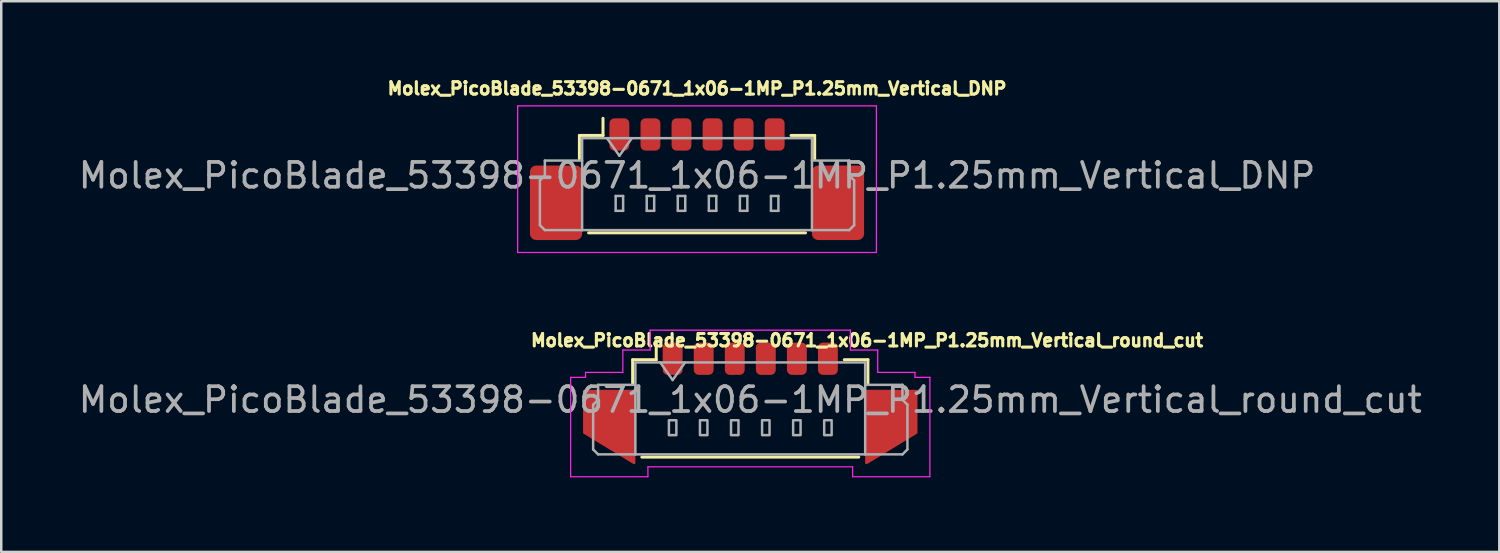
<source format=kicad_pcb>
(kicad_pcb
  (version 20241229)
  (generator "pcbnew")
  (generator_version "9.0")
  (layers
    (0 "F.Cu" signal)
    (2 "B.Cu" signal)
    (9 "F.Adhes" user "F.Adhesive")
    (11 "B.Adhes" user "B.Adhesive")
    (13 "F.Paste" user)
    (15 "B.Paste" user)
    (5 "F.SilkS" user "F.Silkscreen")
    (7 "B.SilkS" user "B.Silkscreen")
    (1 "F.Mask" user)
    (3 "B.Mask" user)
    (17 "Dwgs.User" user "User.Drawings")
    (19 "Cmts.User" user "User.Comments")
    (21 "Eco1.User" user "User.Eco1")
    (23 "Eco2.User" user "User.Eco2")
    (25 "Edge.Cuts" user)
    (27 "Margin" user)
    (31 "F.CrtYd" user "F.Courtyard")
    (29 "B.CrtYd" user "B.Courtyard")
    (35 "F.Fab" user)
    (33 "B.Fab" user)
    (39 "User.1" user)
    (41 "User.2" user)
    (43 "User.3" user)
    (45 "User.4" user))
  (footprint "Molex_PicoBlade_53398-0671_1x06-1MP_P1.25mm_Vertical_round_cut"
    (layer "F.Cu")
    (at 27.149 12.639)
    (property "Reference" "Molex_PicoBlade_53398-0671_1x06-1MP_P1.25mm_Vertical_round_cut" (at 4.699 -1.99 0) (layer "F.SilkS") (effects (font (size 0.5 0.5) (thickness 0.125))))
    (attr smd)
    (fp_poly (pts (xy -6.68 0.051) (xy -6.68 1.727) (xy -4.674 2.946) (xy -4.674 0.051)) (stroke (width 0.1) (type solid)) (fill yes) (layer "F.Cu"))
    (fp_poly (pts (xy 6.68 0.051) (xy 6.68 1.727) (xy 4.674 2.946) (xy 4.674 0.051)) (stroke (width 0.1) (type solid)) (fill yes) (layer "F.Cu"))
    (fp_line (start -4.735 -1.21) (end -3.785 -1.21) (stroke (width 0.12) (type solid)) (layer "F.SilkS"))
    (fp_line (start -4.735 -0.26) (end -4.735 -1.21) (stroke (width 0.12) (type solid)) (layer "F.SilkS"))
    (fp_line (start -4.365 2.71) (end 4.365 2.71) (stroke (width 0.12) (type solid)) (layer "F.SilkS"))
    (fp_line (start -3.785 -1.21) (end -3.785 -1.9) (stroke (width 0.12) (type solid)) (layer "F.SilkS"))
    (fp_line (start 4.735 -1.21) (end 3.785 -1.21) (stroke (width 0.12) (type solid)) (layer "F.SilkS"))
    (fp_line (start 4.735 -0.26) (end 4.735 -1.21) (stroke (width 0.12) (type solid)) (layer "F.SilkS"))
    (fp_line (start -7.23 -0.5) (end -6.63 -0.5) (stroke (width 0.05) (type solid)) (layer "F.CrtYd"))
    (fp_line (start -7.23 3.5) (end -7.23 -0.5) (stroke (width 0.05) (type solid)) (layer "F.CrtYd"))
    (fp_line (start -6.63 -0.7) (end -5.13 -0.7) (stroke (width 0.05) (type solid)) (layer "F.CrtYd"))
    (fp_line (start -6.63 -0.5) (end -6.63 -0.7) (stroke (width 0.05) (type solid)) (layer "F.CrtYd"))
    (fp_line (start -5.13 -1.6) (end -4.03 -1.6) (stroke (width 0.05) (type solid)) (layer "F.CrtYd"))
    (fp_line (start -5.13 -0.7) (end -5.13 -1.6) (stroke (width 0.05) (type solid)) (layer "F.CrtYd"))
    (fp_line (start -4.12 3.1) (end -4.12 3.5) (stroke (width 0.05) (type solid)) (layer "F.CrtYd"))
    (fp_line (start -4.12 3.5) (end -7.23 3.5) (stroke (width 0.05) (type solid)) (layer "F.CrtYd"))
    (fp_line (start -4.03 -2.4) (end 4.03 -2.4) (stroke (width 0.05) (type solid)) (layer "F.CrtYd"))
    (fp_line (start -4.03 -1.6) (end -4.03 -2.4) (stroke (width 0.05) (type solid)) (layer "F.CrtYd"))
    (fp_line (start 4.03 -2.4) (end 4.03 -1.6) (stroke (width 0.05) (type solid)) (layer "F.CrtYd"))
    (fp_line (start 4.03 -1.6) (end 5.13 -1.6) (stroke (width 0.05) (type solid)) (layer "F.CrtYd"))
    (fp_line (start 4.12 3.1) (end -4.12 3.1) (stroke (width 0.05) (type solid)) (layer "F.CrtYd"))
    (fp_line (start 4.12 3.5) (end 4.12 3.1) (stroke (width 0.05) (type solid)) (layer "F.CrtYd"))
    (fp_line (start 5.13 -1.6) (end 5.13 -0.7) (stroke (width 0.05) (type solid)) (layer "F.CrtYd"))
    (fp_line (start 5.13 -0.7) (end 6.63 -0.7) (stroke (width 0.05) (type solid)) (layer "F.CrtYd"))
    (fp_line (start 6.63 -0.7) (end 6.63 -0.5) (stroke (width 0.05) (type solid)) (layer "F.CrtYd"))
    (fp_line (start 6.63 -0.5) (end 7.23 -0.5) (stroke (width 0.05) (type solid)) (layer "F.CrtYd"))
    (fp_line (start 7.23 -0.5) (end 7.23 3.5) (stroke (width 0.05) (type solid)) (layer "F.CrtYd"))
    (fp_line (start 7.23 3.5) (end 4.12 3.5) (stroke (width 0.05) (type solid)) (layer "F.CrtYd"))
    (fp_line (start -6.325 0.6) (end -6.125 0.4) (stroke (width 0.1) (type solid)) (layer "F.Fab"))
    (fp_line (start -6.325 2.4) (end -6.325 0.6) (stroke (width 0.1) (type solid)) (layer "F.Fab"))
    (fp_line (start -6.125 -0.2) (end -4.625 -0.2) (stroke (width 0.1) (type solid)) (layer "F.Fab"))
    (fp_line (start -6.125 0.4) (end -6.125 -0.2) (stroke (width 0.1) (type solid)) (layer "F.Fab"))
    (fp_line (start -6.125 2.6) (end -6.325 2.4) (stroke (width 0.1) (type solid)) (layer "F.Fab"))
    (fp_line (start -4.625 -1.1) (end -4.625 2.6) (stroke (width 0.1) (type solid)) (layer "F.Fab"))
    (fp_line (start -4.625 -1.1) (end 4.625 -1.1) (stroke (width 0.1) (type solid)) (layer "F.Fab"))
    (fp_line (start -4.625 2.6) (end -6.125 2.6) (stroke (width 0.1) (type solid)) (layer "F.Fab"))
    (fp_line (start -4.625 2.6) (end 4.625 2.6) (stroke (width 0.1) (type solid)) (layer "F.Fab"))
    (fp_line (start -3.625 -1.1) (end -3.125 -0.393) (stroke (width 0.1) (type solid)) (layer "F.Fab"))
    (fp_line (start -3.125 -0.393) (end -2.625 -1.1) (stroke (width 0.1) (type solid)) (layer "F.Fab"))
    (fp_line (start 4.625 -1.1) (end 4.625 2.6) (stroke (width 0.1) (type solid)) (layer "F.Fab"))
    (fp_line (start 4.625 2.6) (end 6.125 2.6) (stroke (width 0.1) (type solid)) (layer "F.Fab"))
    (fp_line (start 6.125 -0.2) (end 4.625 -0.2) (stroke (width 0.1) (type solid)) (layer "F.Fab"))
    (fp_line (start 6.125 0.4) (end 6.125 -0.2) (stroke (width 0.1) (type solid)) (layer "F.Fab"))
    (fp_line (start 6.125 2.6) (end 6.325 2.4) (stroke (width 0.1) (type solid)) (layer "F.Fab"))
    (fp_line (start 6.325 0.6) (end 6.125 0.4) (stroke (width 0.1) (type solid)) (layer "F.Fab"))
    (fp_line (start 6.325 2.4) (end 6.325 0.6) (stroke (width 0.1) (type solid)) (layer "F.Fab"))
    (fp_rect (start -3.275 1.225) (end -2.975 1.825) (stroke (width 0.1) (type solid)) (fill no) (layer "F.Fab"))
    (fp_rect (start -2.025 1.225) (end -1.725 1.825) (stroke (width 0.1) (type solid)) (fill no) (layer "F.Fab"))
    (fp_rect (start -0.775 1.225) (end -0.475 1.825) (stroke (width 0.1) (type solid)) (fill no) (layer "F.Fab"))
    (fp_rect (start 0.475 1.225) (end 0.775 1.825) (stroke (width 0.1) (type solid)) (fill no) (layer "F.Fab"))
    (fp_rect (start 1.725 1.225) (end 2.025 1.825) (stroke (width 0.1) (type solid)) (fill no) (layer "F.Fab"))
    (fp_rect (start 2.975 1.225) (end 3.275 1.825) (stroke (width 0.1) (type solid)) (fill no) (layer "F.Fab"))
    (fp_text user "${REFERENCE}" (at 0 0.4 0) (layer "F.Fab") (effects (font (size 1 1) (thickness 0.15))))
    (pad "1" smd roundrect (at -3.125 -1.25) (size 0.8 1.3) (layers "F.Cu" "F.Mask" "F.Paste") (roundrect_rratio 0.25))
    (pad "2" smd roundrect (at -1.875 -1.25) (size 0.8 1.3) (layers "F.Cu" "F.Mask" "F.Paste") (roundrect_rratio 0.25))
    (pad "3" smd roundrect (at -0.625 -1.25) (size 0.8 1.3) (layers "F.Cu" "F.Mask" "F.Paste") (roundrect_rratio 0.25))
    (pad "4" smd roundrect (at 0.625 -1.25) (size 0.8 1.3) (layers "F.Cu" "F.Mask" "F.Paste") (roundrect_rratio 0.25))
    (pad "5" smd roundrect (at 1.875 -1.25) (size 0.8 1.3) (layers "F.Cu" "F.Mask" "F.Paste") (roundrect_rratio 0.25))
    (pad "6" smd roundrect (at 3.125 -1.25) (size 0.8 1.3) (layers "F.Cu" "F.Mask" "F.Paste") (roundrect_rratio 0.25)))
  (footprint "Molex_PicoBlade_53398-0671_1x06-1MP_P1.25mm_Vertical_DNP"
    (layer "F.Cu")
    (at 25.006 3.612)
    (property "Reference" "Molex_PicoBlade_53398-0671_1x06-1MP_P1.25mm_Vertical_DNP" (at 0 -3.1 180) (layer "F.SilkS") (effects (font (size 0.5 0.5) (thickness 0.125))))
    (attr smd exclude_from_pos_files exclude_from_bom)
    (fp_line (start -4.735 -1.21) (end -3.785 -1.21) (stroke (width 0.12) (type solid)) (layer "F.SilkS"))
    (fp_line (start -4.735 -0.26) (end -4.735 -1.21) (stroke (width 0.12) (type solid)) (layer "F.SilkS"))
    (fp_line (start -4.365 2.71) (end 4.365 2.71) (stroke (width 0.12) (type solid)) (layer "F.SilkS"))
    (fp_line (start -3.785 -1.21) (end -3.785 -1.9) (stroke (width 0.12) (type solid)) (layer "F.SilkS"))
    (fp_line (start 4.735 -1.21) (end 3.785 -1.21) (stroke (width 0.12) (type solid)) (layer "F.SilkS"))
    (fp_line (start 4.735 -0.26) (end 4.735 -1.21) (stroke (width 0.12) (type solid)) (layer "F.SilkS"))
    (fp_line (start -7.22 -2.4) (end -7.22 3.5) (stroke (width 0.05) (type solid)) (layer "F.CrtYd"))
    (fp_line (start -7.22 3.5) (end 7.22 3.5) (stroke (width 0.05) (type solid)) (layer "F.CrtYd"))
    (fp_line (start 7.22 -2.4) (end -7.22 -2.4) (stroke (width 0.05) (type solid)) (layer "F.CrtYd"))
    (fp_line (start 7.22 3.5) (end 7.22 -2.4) (stroke (width 0.05) (type solid)) (layer "F.CrtYd"))
    (fp_line (start -6.325 0.6) (end -6.125 0.4) (stroke (width 0.1) (type solid)) (layer "F.Fab"))
    (fp_line (start -6.325 2.4) (end -6.325 0.6) (stroke (width 0.1) (type solid)) (layer "F.Fab"))
    (fp_line (start -6.125 -0.2) (end -4.625 -0.2) (stroke (width 0.1) (type solid)) (layer "F.Fab"))
    (fp_line (start -6.125 0.4) (end -6.125 -0.2) (stroke (width 0.1) (type solid)) (layer "F.Fab"))
    (fp_line (start -6.125 2.6) (end -6.325 2.4) (stroke (width 0.1) (type solid)) (layer "F.Fab"))
    (fp_line (start -4.625 -1.1) (end -4.625 2.6) (stroke (width 0.1) (type solid)) (layer "F.Fab"))
    (fp_line (start -4.625 -1.1) (end 4.625 -1.1) (stroke (width 0.1) (type solid)) (layer "F.Fab"))
    (fp_line (start -4.625 2.6) (end -6.125 2.6) (stroke (width 0.1) (type solid)) (layer "F.Fab"))
    (fp_line (start -4.625 2.6) (end 4.625 2.6) (stroke (width 0.1) (type solid)) (layer "F.Fab"))
    (fp_line (start -3.625 -1.1) (end -3.125 -0.393) (stroke (width 0.1) (type solid)) (layer "F.Fab"))
    (fp_line (start -3.275 1.225) (end -3.275 1.825) (stroke (width 0.1) (type solid)) (layer "F.Fab"))
    (fp_line (start -3.275 1.825) (end -2.975 1.825) (stroke (width 0.1) (type solid)) (layer "F.Fab"))
    (fp_line (start -3.125 -0.393) (end -2.625 -1.1) (stroke (width 0.1) (type solid)) (layer "F.Fab"))
    (fp_line (start -2.975 1.225) (end -3.275 1.225) (stroke (width 0.1) (type solid)) (layer "F.Fab"))
    (fp_line (start -2.975 1.825) (end -2.975 1.225) (stroke (width 0.1) (type solid)) (layer "F.Fab"))
    (fp_line (start -2.025 1.225) (end -2.025 1.825) (stroke (width 0.1) (type solid)) (layer "F.Fab"))
    (fp_line (start -2.025 1.825) (end -1.725 1.825) (stroke (width 0.1) (type solid)) (layer "F.Fab"))
    (fp_line (start -1.725 1.225) (end -2.025 1.225) (stroke (width 0.1) (type solid)) (layer "F.Fab"))
    (fp_line (start -1.725 1.825) (end -1.725 1.225) (stroke (width 0.1) (type solid)) (layer "F.Fab"))
    (fp_line (start -0.775 1.225) (end -0.775 1.825) (stroke (width 0.1) (type solid)) (layer "F.Fab"))
    (fp_line (start -0.775 1.825) (end -0.475 1.825) (stroke (width 0.1) (type solid)) (layer "F.Fab"))
    (fp_line (start -0.475 1.225) (end -0.775 1.225) (stroke (width 0.1) (type solid)) (layer "F.Fab"))
    (fp_line (start -0.475 1.825) (end -0.475 1.225) (stroke (width 0.1) (type solid)) (layer "F.Fab"))
    (fp_line (start 0.475 1.225) (end 0.475 1.825) (stroke (width 0.1) (type solid)) (layer "F.Fab"))
    (fp_line (start 0.475 1.825) (end 0.775 1.825) (stroke (width 0.1) (type solid)) (layer "F.Fab"))
    (fp_line (start 0.775 1.225) (end 0.475 1.225) (stroke (width 0.1) (type solid)) (layer "F.Fab"))
    (fp_line (start 0.775 1.825) (end 0.775 1.225) (stroke (width 0.1) (type solid)) (layer "F.Fab"))
    (fp_line (start 1.725 1.225) (end 1.725 1.825) (stroke (width 0.1) (type solid)) (layer "F.Fab"))
    (fp_line (start 1.725 1.825) (end 2.025 1.825) (stroke (width 0.1) (type solid)) (layer "F.Fab"))
    (fp_line (start 2.025 1.225) (end 1.725 1.225) (stroke (width 0.1) (type solid)) (layer "F.Fab"))
    (fp_line (start 2.025 1.825) (end 2.025 1.225) (stroke (width 0.1) (type solid)) (layer "F.Fab"))
    (fp_line (start 2.975 1.225) (end 2.975 1.825) (stroke (width 0.1) (type solid)) (layer "F.Fab"))
    (fp_line (start 2.975 1.825) (end 3.275 1.825) (stroke (width 0.1) (type solid)) (layer "F.Fab"))
    (fp_line (start 3.275 1.225) (end 2.975 1.225) (stroke (width 0.1) (type solid)) (layer "F.Fab"))
    (fp_line (start 3.275 1.825) (end 3.275 1.225) (stroke (width 0.1) (type solid)) (layer "F.Fab"))
    (fp_line (start 4.625 -1.1) (end 4.625 2.6) (stroke (width 0.1) (type solid)) (layer "F.Fab"))
    (fp_line (start 4.625 2.6) (end 6.125 2.6) (stroke (width 0.1) (type solid)) (layer "F.Fab"))
    (fp_line (start 6.125 -0.2) (end 4.625 -0.2) (stroke (width 0.1) (type solid)) (layer "F.Fab"))
    (fp_line (start 6.125 0.4) (end 6.125 -0.2) (stroke (width 0.1) (type solid)) (layer "F.Fab"))
    (fp_line (start 6.125 2.6) (end 6.325 2.4) (stroke (width 0.1) (type solid)) (layer "F.Fab"))
    (fp_line (start 6.325 0.6) (end 6.125 0.4) (stroke (width 0.1) (type solid)) (layer "F.Fab"))
    (fp_line (start 6.325 2.4) (end 6.325 0.6) (stroke (width 0.1) (type solid)) (layer "F.Fab"))
    (fp_text user "${REFERENCE}" (at 0 0.4 180) (layer "F.Fab") (effects (font (size 1 1) (thickness 0.15))))
    (pad "1" smd roundrect (at -3.125 -1.25) (size 0.8 1.3) (layers "F.Cu" "F.Mask" "F.Paste") (roundrect_rratio 0.25))
    (pad "2" smd roundrect (at -1.875 -1.25) (size 0.8 1.3) (layers "F.Cu" "F.Mask" "F.Paste") (roundrect_rratio 0.25))
    (pad "3" smd roundrect (at -0.625 -1.25) (size 0.8 1.3) (layers "F.Cu" "F.Mask" "F.Paste") (roundrect_rratio 0.25))
    (pad "4" smd roundrect (at 0.625 -1.25) (size 0.8 1.3) (layers "F.Cu" "F.Mask" "F.Paste") (roundrect_rratio 0.25))
    (pad "5" smd roundrect (at 1.875 -1.25) (size 0.8 1.3) (layers "F.Cu" "F.Mask" "F.Paste") (roundrect_rratio 0.25))
    (pad "6" smd roundrect (at 3.125 -1.25) (size 0.8 1.3) (layers "F.Cu" "F.Mask" "F.Paste") (roundrect_rratio 0.25))
    (pad "MP" smd roundrect (at -5.675 1.5) (size 2.1 3) (layers "F.Cu" "F.Mask" "F.Paste") (roundrect_rratio 0.119))
    (pad "MP" smd roundrect (at 5.675 1.5) (size 2.1 3) (layers "F.Cu" "F.Mask" "F.Paste") (roundrect_rratio 0.119)))
  (gr_rect
    (start -3 -3)
    (end 57.298 19.164)
    (stroke (width 0.1) (type default))
    (fill no)
    (layer "Edge.Cuts")))
</source>
